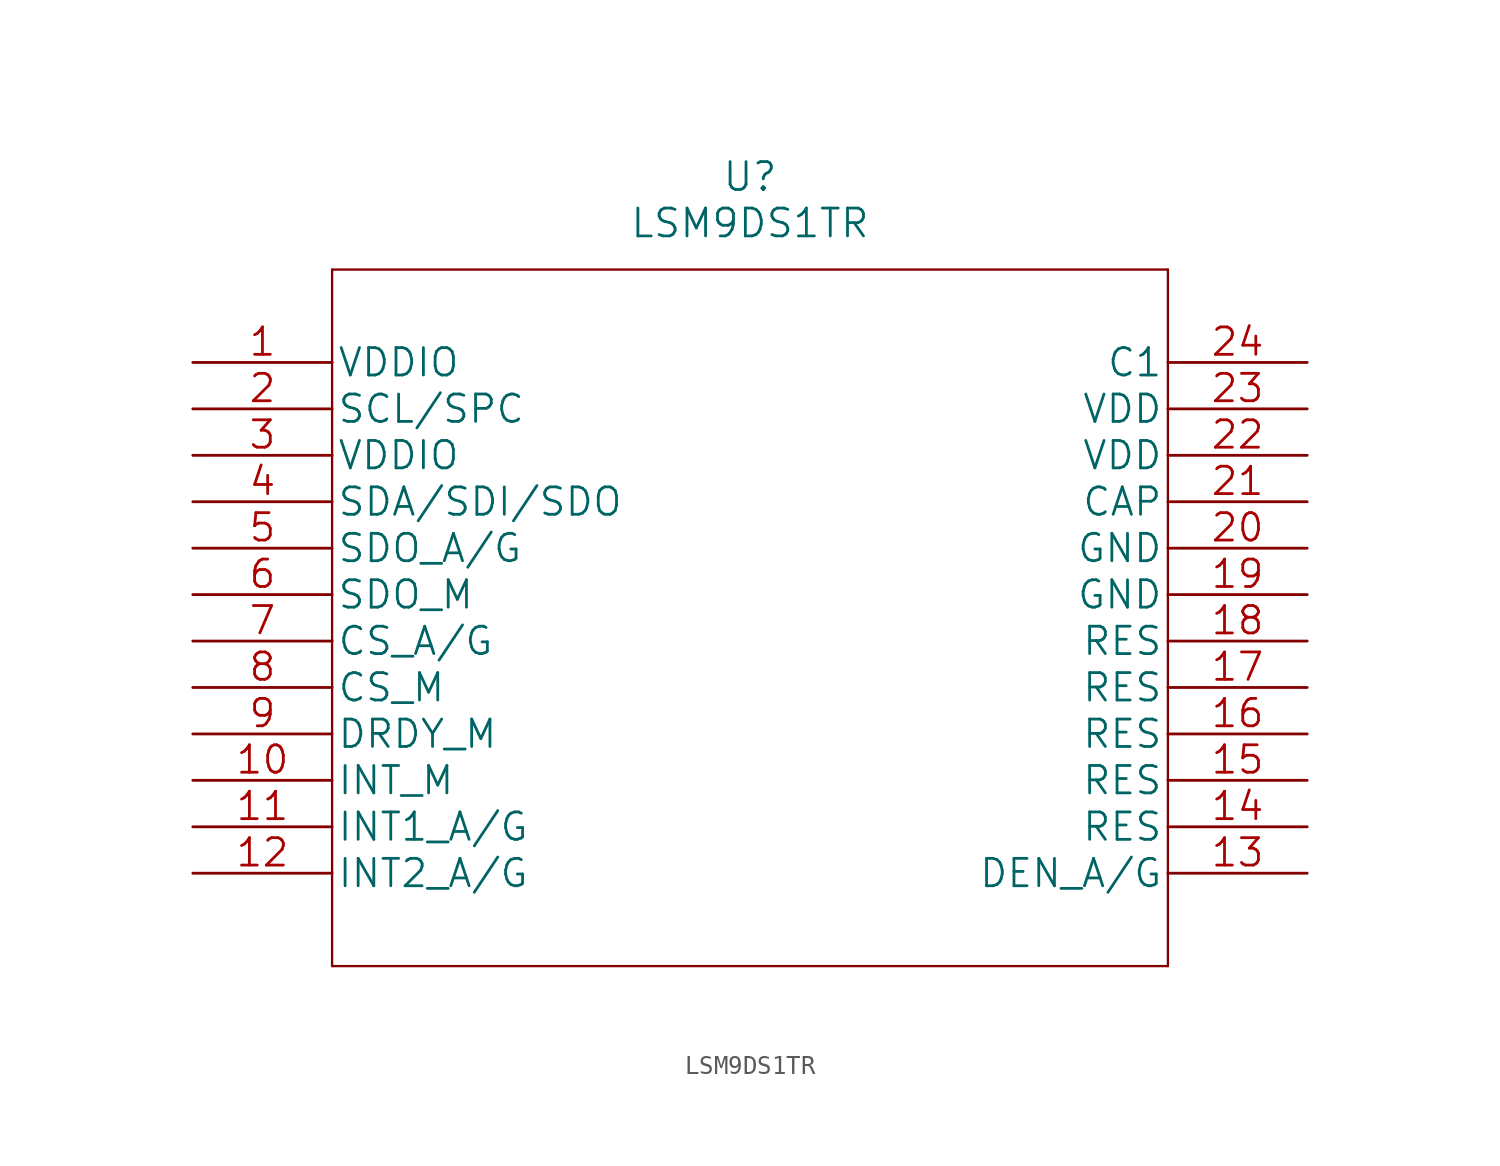
<source format=kicad_sym>
(kicad_symbol_lib
  (version 20211014)
  (generator kicad_symbol_editor)
  (symbol "LSM9DS1TR"
    (pin_names
      (offset 0.254))
    (property "Reference" "U"
      (at 30.48 10.16 0)
      (effects (font (size 1.524 1.524))))
    (property "Value" "LSM9DS1TR"
      (at 30.48 7.62 0)
      (effects (font (size 1.524 1.524))))
    (property "Datasheet" ""
      (at 0 0 0)
      (effects (font (size 1.524 1.524))))
    (property "ki_locked" ""
      (at 0 0 0)
      (effects (font (size 1.27 1.27))))
    (symbol "LSM9DS1TR_1_1"
      (polyline (pts (xy 7.62 -33.02) (xy 53.34 -33.02)) (stroke (width 0.127) (type default) (color 0 0 0 0)) (fill (type none)))
      (polyline (pts (xy 7.62 5.08) (xy 7.62 -33.02)) (stroke (width 0.127) (type default) (color 0 0 0 0)) (fill (type none)))
      (polyline (pts (xy 53.34 -33.02) (xy 53.34 5.08)) (stroke (width 0.127) (type default) (color 0 0 0 0)) (fill (type none)))
      (polyline (pts (xy 53.34 5.08) (xy 7.62 5.08)) (stroke (width 0.127) (type default) (color 0 0 0 0)) (fill (type none)))
      (pin power_in line (at 0 0 0) (length 7.62) (name "VDDIO" (effects (font (size 1.499 1.499)))) (number "1" (effects (font (size 1.499 1.499)))))
      (pin bidirectional line (at 0 -22.86 0) (length 7.62) (name "INT_M" (effects (font (size 1.499 1.499)))) (number "10" (effects (font (size 1.499 1.499)))))
      (pin bidirectional line (at 0 -25.4 0) (length 7.62) (name "INT1_A/G" (effects (font (size 1.499 1.499)))) (number "11" (effects (font (size 1.499 1.499)))))
      (pin bidirectional line (at 0 -27.94 0) (length 7.62) (name "INT2_A/G" (effects (font (size 1.499 1.499)))) (number "12" (effects (font (size 1.499 1.499)))))
      (pin bidirectional line (at 60.96 -27.94 180) (length 7.62) (name "DEN_A/G" (effects (font (size 1.499 1.499)))) (number "13" (effects (font (size 1.499 1.499)))))
      (pin unspecified line (at 60.96 -25.4 180) (length 7.62) (name "RES" (effects (font (size 1.499 1.499)))) (number "14" (effects (font (size 1.499 1.499)))))
      (pin unspecified line (at 60.96 -22.86 180) (length 7.62) (name "RES" (effects (font (size 1.499 1.499)))) (number "15" (effects (font (size 1.499 1.499)))))
      (pin unspecified line (at 60.96 -20.32 180) (length 7.62) (name "RES" (effects (font (size 1.499 1.499)))) (number "16" (effects (font (size 1.499 1.499)))))
      (pin unspecified line (at 60.96 -17.78 180) (length 7.62) (name "RES" (effects (font (size 1.499 1.499)))) (number "17" (effects (font (size 1.499 1.499)))))
      (pin unspecified line (at 60.96 -15.24 180) (length 7.62) (name "RES" (effects (font (size 1.499 1.499)))) (number "18" (effects (font (size 1.499 1.499)))))
      (pin power_in line (at 60.96 -12.7 180) (length 7.62) (name "GND" (effects (font (size 1.499 1.499)))) (number "19" (effects (font (size 1.499 1.499)))))
      (pin bidirectional line (at 0 -2.54 0) (length 7.62) (name "SCL/SPC" (effects (font (size 1.499 1.499)))) (number "2" (effects (font (size 1.499 1.499)))))
      (pin power_in line (at 60.96 -10.16 180) (length 7.62) (name "GND" (effects (font (size 1.499 1.499)))) (number "20" (effects (font (size 1.499 1.499)))))
      (pin unspecified line (at 60.96 -7.62 180) (length 7.62) (name "CAP" (effects (font (size 1.499 1.499)))) (number "21" (effects (font (size 1.499 1.499)))))
      (pin power_in line (at 60.96 -5.08 180) (length 7.62) (name "VDD" (effects (font (size 1.499 1.499)))) (number "22" (effects (font (size 1.499 1.499)))))
      (pin power_in line (at 60.96 -2.54 180) (length 7.62) (name "VDD" (effects (font (size 1.499 1.499)))) (number "23" (effects (font (size 1.499 1.499)))))
      (pin bidirectional line (at 60.96 0 180) (length 7.62) (name "C1" (effects (font (size 1.499 1.499)))) (number "24" (effects (font (size 1.499 1.499)))))
      (pin power_in line (at 0 -5.08 0) (length 7.62) (name "VDDIO" (effects (font (size 1.499 1.499)))) (number "3" (effects (font (size 1.499 1.499)))))
      (pin bidirectional line (at 0 -7.62 0) (length 7.62) (name "SDA/SDI/SDO" (effects (font (size 1.499 1.499)))) (number "4" (effects (font (size 1.499 1.499)))))
      (pin output line (at 0 -10.16 0) (length 7.62) (name "SDO_A/G" (effects (font (size 1.499 1.499)))) (number "5" (effects (font (size 1.499 1.499)))))
      (pin output line (at 0 -12.7 0) (length 7.62) (name "SDO_M" (effects (font (size 1.499 1.499)))) (number "6" (effects (font (size 1.499 1.499)))))
      (pin bidirectional line (at 0 -15.24 0) (length 7.62) (name "CS_A/G" (effects (font (size 1.499 1.499)))) (number "7" (effects (font (size 1.499 1.499)))))
      (pin bidirectional line (at 0 -17.78 0) (length 7.62) (name "CS_M" (effects (font (size 1.499 1.499)))) (number "8" (effects (font (size 1.499 1.499)))))
      (pin bidirectional line (at 0 -20.32 0) (length 7.62) (name "DRDY_M" (effects (font (size 1.499 1.499)))) (number "9" (effects (font (size 1.499 1.499))))))))
</source>
